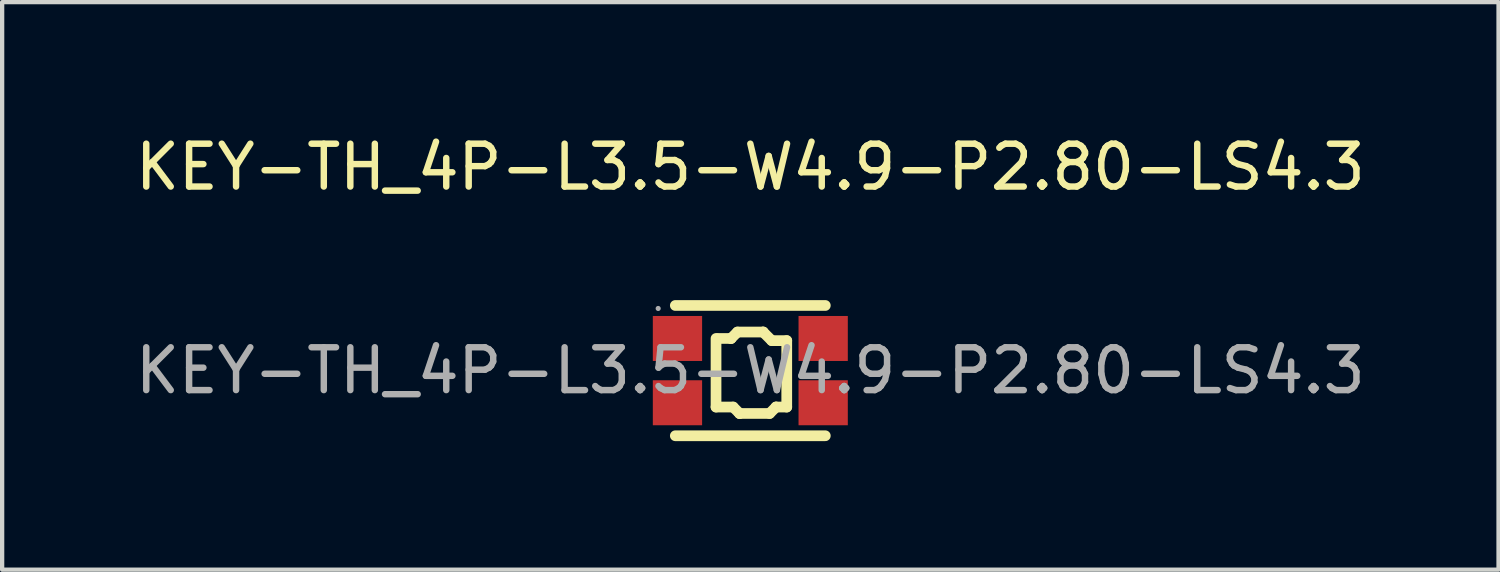
<source format=kicad_pcb>
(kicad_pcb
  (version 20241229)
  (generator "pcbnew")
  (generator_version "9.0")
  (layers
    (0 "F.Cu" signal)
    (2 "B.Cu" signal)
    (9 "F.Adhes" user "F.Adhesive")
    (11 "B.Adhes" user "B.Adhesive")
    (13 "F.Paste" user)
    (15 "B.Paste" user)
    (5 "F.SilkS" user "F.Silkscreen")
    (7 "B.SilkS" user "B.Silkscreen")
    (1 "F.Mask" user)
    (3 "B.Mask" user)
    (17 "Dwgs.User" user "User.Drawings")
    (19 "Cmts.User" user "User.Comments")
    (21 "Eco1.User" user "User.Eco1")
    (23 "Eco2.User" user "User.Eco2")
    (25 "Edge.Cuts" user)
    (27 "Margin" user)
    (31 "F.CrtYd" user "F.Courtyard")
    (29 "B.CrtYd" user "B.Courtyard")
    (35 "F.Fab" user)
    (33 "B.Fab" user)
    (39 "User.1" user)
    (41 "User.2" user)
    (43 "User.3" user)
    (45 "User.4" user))
  (footprint "KEY-TH_4P-L3.5-W4.9-P2.80-LS4.3"
    (layer "F.Cu")
    (at 14.458 5.598)
    (property "Reference" "KEY-TH_4P-L3.5-W4.9-P2.80-LS4.3" (at 0 -4.75 0) (layer "F.SilkS") (effects (font (size 1 1) (thickness 0.15))))
    (attr through_hole)
    (fp_line (start -1.75 -1.52) (end 1.75 -1.52) (stroke (width 0.25) (type solid)) (layer "F.SilkS"))
    (fp_line (start -0.8 0.85) (end -0.8 -0.75) (stroke (width 0.25) (type solid)) (layer "F.SilkS"))
    (fp_line (start -0.75 -0.75) (end -0.45 -0.75) (stroke (width 0.25) (type solid)) (layer "F.SilkS"))
    (fp_line (start -0.45 -0.75) (end -0.45 -0.75) (stroke (width 0.25) (type solid)) (layer "F.SilkS"))
    (fp_line (start -0.45 -0.75) (end -0.3 -0.9) (stroke (width 0.25) (type solid)) (layer "F.SilkS"))
    (fp_line (start -0.4 0.85) (end -0.8 0.85) (stroke (width 0.25) (type solid)) (layer "F.SilkS"))
    (fp_line (start -0.3 -0.9) (end 0.3 -0.9) (stroke (width 0.25) (type solid)) (layer "F.SilkS"))
    (fp_line (start -0.25 1) (end -0.4 0.85) (stroke (width 0.25) (type solid)) (layer "F.SilkS"))
    (fp_line (start -0.25 1) (end -0.25 1) (stroke (width 0.25) (type solid)) (layer "F.SilkS"))
    (fp_line (start 0.3 -0.9) (end 0.3 -0.9) (stroke (width 0.25) (type solid)) (layer "F.SilkS"))
    (fp_line (start 0.3 -0.9) (end 0.5 -0.7) (stroke (width 0.25) (type solid)) (layer "F.SilkS"))
    (fp_line (start 0.45 1) (end -0.25 1) (stroke (width 0.25) (type solid)) (layer "F.SilkS"))
    (fp_line (start 0.5 -0.7) (end 0.85 -0.7) (stroke (width 0.25) (type solid)) (layer "F.SilkS"))
    (fp_line (start 0.6 0.85) (end 0.45 1) (stroke (width 0.25) (type solid)) (layer "F.SilkS"))
    (fp_line (start 0.6 0.85) (end 0.6 0.85) (stroke (width 0.25) (type solid)) (layer "F.SilkS"))
    (fp_line (start 0.85 -0.7) (end 0.85 0.85) (stroke (width 0.25) (type solid)) (layer "F.SilkS"))
    (fp_line (start 0.85 0.85) (end 0.6 0.85) (stroke (width 0.25) (type solid)) (layer "F.SilkS"))
    (fp_line (start 1.75 1.52) (end -1.75 1.52) (stroke (width 0.25) (type solid)) (layer "F.SilkS"))
    (fp_circle (center -2.15 -1.45) (end -2.12 -1.45) (stroke (width 0.06) (type solid)) (fill no) (layer "F.Fab"))
    (fp_text user "${REFERENCE}" (at 0 0 0) (layer "F.Fab") (effects (font (size 1 1) (thickness 0.15))))
    (pad "1" smd rect (at -1.7 -0.75 90) (size 1.05 1.15) (layers "F.Cu" "F.Mask" "F.Paste"))
    (pad "1'" smd rect (at 1.7 -0.75 90) (size 1.05 1.15) (layers "F.Cu" "F.Mask" "F.Paste"))
    (pad "2" smd rect (at -1.7 0.75 90) (size 1.05 1.15) (layers "F.Cu" "F.Mask" "F.Paste"))
    (pad "2'" smd rect (at 1.7 0.75 90) (size 1.05 1.15) (layers "F.Cu" "F.Mask" "F.Paste")))
  (gr_rect
    (start -3 -3)
    (end 31.917 10.243)
    (stroke (width 0.1) (type default))
    (fill no)
    (layer "Edge.Cuts")))
</source>
